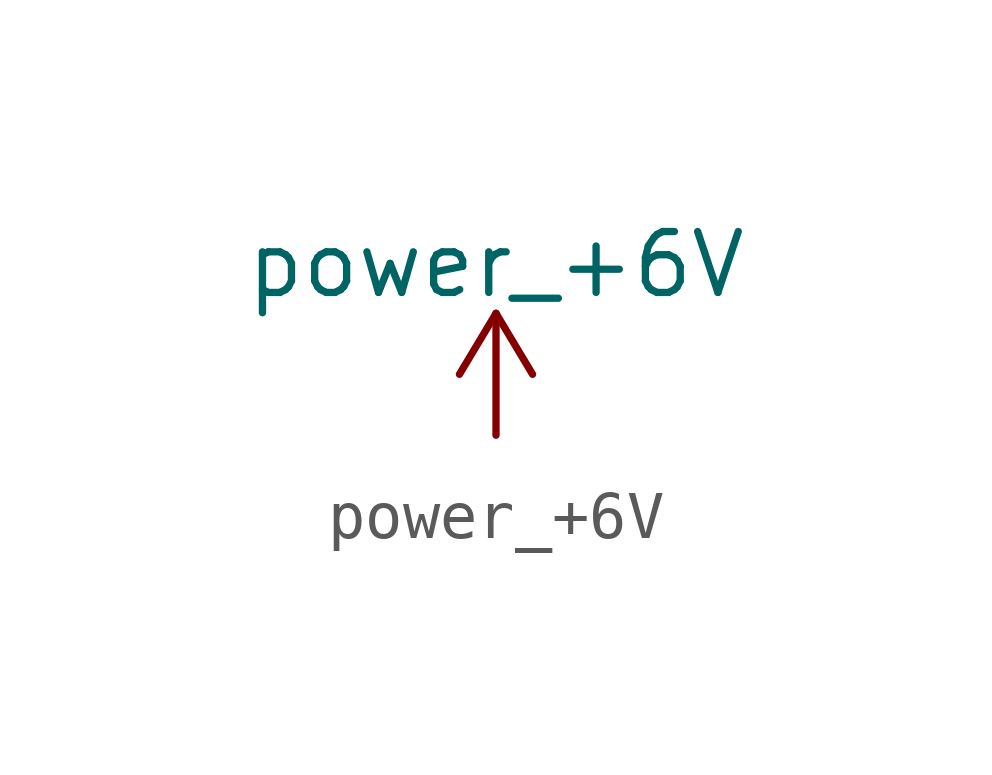
<source format=kicad_sym>
(kicad_symbol_lib
  (version 20211014)
  (generator kicad_symbol_editor)
  (symbol "power_+6V"
    (power)
    (pin_names
      (offset 0))
    (property "Reference" "#PWR"
      (at 0 -3.81 0)
      (effects (font (size 1.27 1.27)) hide))
    (property "Value" "power_+6V"
      (at 0 3.556 0)
      (effects (font (size 1.27 1.27))))
    (symbol "power_+6V_0_1"
      (polyline (pts (xy -0.762 1.27) (xy 0 2.54)) (stroke (width 0) (type default) (color 0 0 0 0)) (fill (type none)))
      (polyline (pts (xy 0 0) (xy 0 2.54)) (stroke (width 0) (type default) (color 0 0 0 0)) (fill (type none)))
      (polyline (pts (xy 0 2.54) (xy 0.762 1.27)) (stroke (width 0) (type default) (color 0 0 0 0)) (fill (type none))))
    (symbol "power_+6V_1_1"
      (pin power_in line (at 0 0 90) (length 0) hide (name "+6V" (effects (font (size 1.27 1.27)))) (number "1" (effects (font (size 1.27 1.27))))))))
</source>
